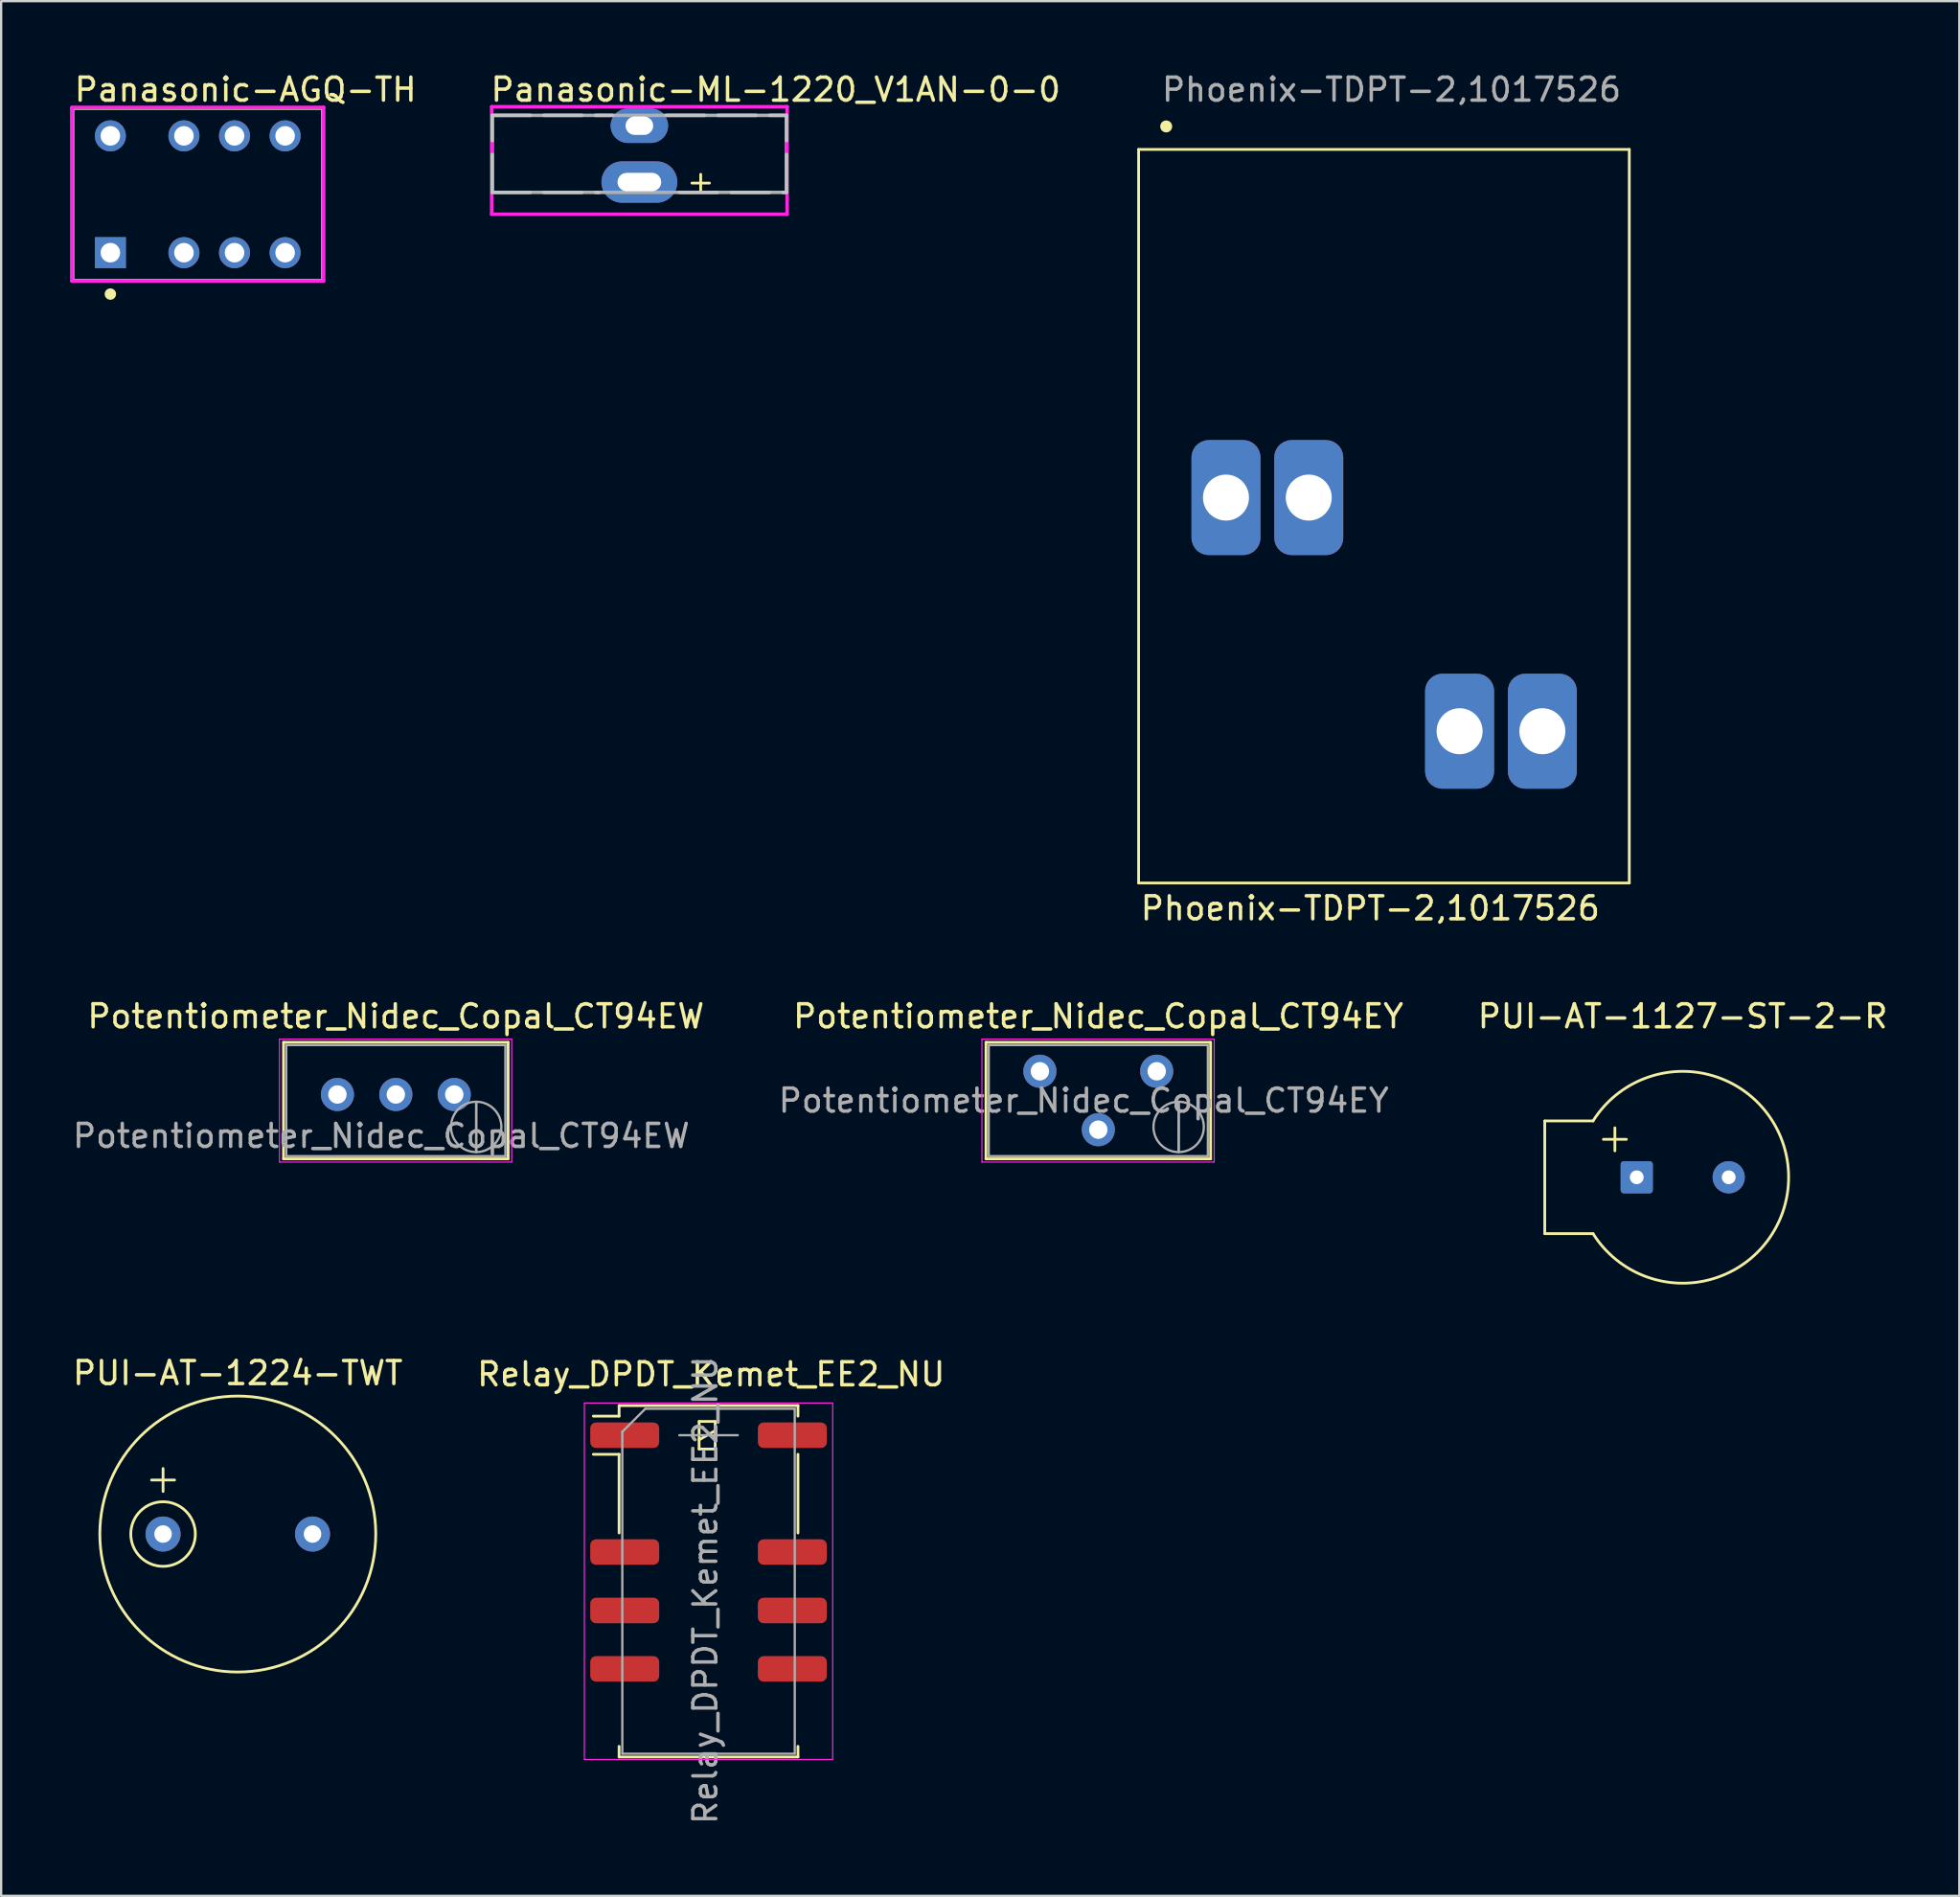
<source format=kicad_pcb>
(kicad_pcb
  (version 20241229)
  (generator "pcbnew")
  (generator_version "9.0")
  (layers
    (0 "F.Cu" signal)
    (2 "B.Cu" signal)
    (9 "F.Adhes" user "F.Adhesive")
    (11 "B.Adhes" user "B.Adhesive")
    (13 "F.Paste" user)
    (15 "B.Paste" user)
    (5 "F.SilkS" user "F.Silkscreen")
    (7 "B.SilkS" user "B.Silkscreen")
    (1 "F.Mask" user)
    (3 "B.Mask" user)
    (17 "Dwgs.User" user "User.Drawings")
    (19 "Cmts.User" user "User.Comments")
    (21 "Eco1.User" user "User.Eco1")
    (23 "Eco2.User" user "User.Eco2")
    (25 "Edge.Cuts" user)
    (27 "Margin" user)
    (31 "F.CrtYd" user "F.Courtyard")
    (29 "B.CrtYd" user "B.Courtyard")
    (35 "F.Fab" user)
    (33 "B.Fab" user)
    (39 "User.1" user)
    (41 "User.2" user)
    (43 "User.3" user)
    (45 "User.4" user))
  (footprint "Relay_DPDT_Kemet_EE2_NU"
    (layer "F.Cu")
    (at 27.765 65.712)
    (property "Reference" "Relay_DPDT_Kemet_EE2_NU" (at 0.11 -9 180) (layer "F.SilkS") (effects (font (size 1 1) (thickness 0.15))))
    (attr smd)
    (fp_line (start -3.89 -7.64) (end -3.89 -7.18) (stroke (width 0.12) (type solid)) (layer "F.SilkS"))
    (fp_line (start -3.89 -7.18) (end -5.01 -7.18) (stroke (width 0.12) (type solid)) (layer "F.SilkS"))
    (fp_line (start -3.89 -5.52) (end -5.01 -5.52) (stroke (width 0.12) (type solid)) (layer "F.SilkS"))
    (fp_line (start -3.89 -5.52) (end -3.89 -2.1) (stroke (width 0.12) (type solid)) (layer "F.SilkS"))
    (fp_line (start -3.89 7.18) (end -3.89 7.64) (stroke (width 0.12) (type solid)) (layer "F.SilkS"))
    (fp_line (start -0.41 -6.95) (end -0.41 -5.75) (stroke (width 0.12) (type solid)) (layer "F.SilkS"))
    (fp_line (start -0.41 -6.15) (end 0.29 -6.55) (stroke (width 0.12) (type solid)) (layer "F.SilkS"))
    (fp_line (start -0.41 -5.75) (end 0.29 -5.75) (stroke (width 0.12) (type solid)) (layer "F.SilkS"))
    (fp_line (start 0.29 -6.95) (end -0.41 -6.95) (stroke (width 0.12) (type solid)) (layer "F.SilkS"))
    (fp_line (start 0.29 -5.75) (end 0.29 -6.95) (stroke (width 0.12) (type solid)) (layer "F.SilkS"))
    (fp_line (start 3.89 -7.64) (end -3.89 -7.64) (stroke (width 0.12) (type solid)) (layer "F.SilkS"))
    (fp_line (start 3.89 -7.64) (end 3.89 -7.18) (stroke (width 0.12) (type solid)) (layer "F.SilkS"))
    (fp_line (start 3.89 -5.52) (end 3.89 -2.1) (stroke (width 0.12) (type solid)) (layer "F.SilkS"))
    (fp_line (start 3.89 7.18) (end 3.89 7.64) (stroke (width 0.12) (type solid)) (layer "F.SilkS"))
    (fp_line (start 3.89 7.64) (end -3.89 7.64) (stroke (width 0.12) (type solid)) (layer "F.SilkS"))
    (fp_line (start -5.4 -7.75) (end -5.4 7.75) (stroke (width 0.05) (type solid)) (layer "F.CrtYd"))
    (fp_line (start -5.4 7.75) (end 5.4 7.75) (stroke (width 0.05) (type solid)) (layer "F.CrtYd"))
    (fp_line (start 5.4 -7.75) (end -5.4 -7.75) (stroke (width 0.05) (type solid)) (layer "F.CrtYd"))
    (fp_line (start 5.4 -7.75) (end 5.4 7.75) (stroke (width 0.05) (type solid)) (layer "F.CrtYd"))
    (fp_line (start -3.75 -6.5) (end -3.75 7.5) (stroke (width 0.1) (type solid)) (layer "F.Fab"))
    (fp_line (start -3.75 -6.5) (end -2.75 -7.5) (stroke (width 0.1) (type solid)) (layer "F.Fab"))
    (fp_line (start -1.27 -6.35) (end 1.27 -6.35) (stroke (width 0.1) (type solid)) (layer "F.Fab"))
    (fp_line (start 3.75 -7.5) (end -2.75 -7.5) (stroke (width 0.1) (type solid)) (layer "F.Fab"))
    (fp_line (start 3.75 -7.5) (end 3.75 7.5) (stroke (width 0.1) (type solid)) (layer "F.Fab"))
    (fp_line (start 3.75 7.5) (end -3.75 7.5) (stroke (width 0.1) (type solid)) (layer "F.Fab"))
    (fp_text user "${REFERENCE}" (at -0.14 0.39 90) (layer "F.Fab") (effects (font (size 1 1) (thickness 0.15))))
    (pad "1" smd roundrect (at -3.645 -6.35 270) (size 1.11 3) (layers "F.Cu" "F.Mask" "F.Paste") (roundrect_rratio 0.225))
    (pad "3" smd roundrect (at -3.645 -1.27 270) (size 1.11 3) (layers "F.Cu" "F.Mask" "F.Paste") (roundrect_rratio 0.225))
    (pad "4" smd roundrect (at -3.645 1.27 270) (size 1.11 3) (layers "F.Cu" "F.Mask" "F.Paste") (roundrect_rratio 0.225))
    (pad "5" smd roundrect (at -3.645 3.81 270) (size 1.11 3) (layers "F.Cu" "F.Mask" "F.Paste") (roundrect_rratio 0.225))
    (pad "8" smd roundrect (at 3.645 3.81 270) (size 1.11 3) (layers "F.Cu" "F.Mask" "F.Paste") (roundrect_rratio 0.225))
    (pad "9" smd roundrect (at 3.645 1.27 270) (size 1.11 3) (layers "F.Cu" "F.Mask" "F.Paste") (roundrect_rratio 0.225))
    (pad "10" smd roundrect (at 3.645 -1.27 270) (size 1.11 3) (layers "F.Cu" "F.Mask" "F.Paste") (roundrect_rratio 0.225))
    (pad "12" smd roundrect (at 3.645 -6.35 270) (size 1.11 3) (layers "F.Cu" "F.Mask" "F.Paste") (roundrect_rratio 0.225)))
  (footprint "PUI-AT-1224-TWT"
    (layer "F.Cu")
    (at 7.292 63.659)
    (property "Reference" "PUI-AT-1224-TWT" (at 0 -7 0) (unlocked yes) (layer "F.SilkS") (effects (font (size 1 1) (thickness 0.15))))
    (attr through_hole)
    (fp_line (start -3.75 -2.35) (end -2.75 -2.35) (stroke (width 0.12) (type solid)) (layer "F.SilkS"))
    (fp_line (start -3.25 -2.85) (end -3.25 -1.85) (stroke (width 0.12) (type solid)) (layer "F.SilkS"))
    (fp_circle (center -3.25 0) (end -1.846 0) (stroke (width 0.12) (type solid)) (fill no) (layer "F.SilkS"))
    (fp_circle (center 0 0) (end 6 0) (stroke (width 0.12) (type solid)) (fill no) (layer "F.SilkS"))
    (pad "1" thru_hole circle (at -3.25 0) (size 1.524 1.524) (drill 0.762) (layers "*.Cu" "*.Mask"))
    (pad "2" thru_hole circle (at 3.25 0) (size 1.524 1.524) (drill 0.762) (layers "*.Cu" "*.Mask")))
  (footprint "Potentiometer_Nidec_Copal_CT94EY"
    (layer "F.Cu")
    (at 47.256 43.535)
    (property "Reference" "Potentiometer_Nidec_Copal_CT94EY" (at -2.54 -2.39 0) (layer "F.SilkS") (effects (font (size 1 1) (thickness 0.15))))
    (attr through_hole)
    (fp_line (start -7.425 -1.26) (end -7.425 3.81) (stroke (width 0.12) (type solid)) (layer "F.SilkS"))
    (fp_line (start -7.425 -1.26) (end 2.345 -1.26) (stroke (width 0.12) (type solid)) (layer "F.SilkS"))
    (fp_line (start -7.425 3.81) (end 2.345 3.81) (stroke (width 0.12) (type solid)) (layer "F.SilkS"))
    (fp_line (start 2.345 -1.26) (end 2.345 3.81) (stroke (width 0.12) (type solid)) (layer "F.SilkS"))
    (fp_line (start -7.6 -1.4) (end -7.6 3.95) (stroke (width 0.05) (type solid)) (layer "F.CrtYd"))
    (fp_line (start -7.6 3.95) (end 2.5 3.95) (stroke (width 0.05) (type solid)) (layer "F.CrtYd"))
    (fp_line (start 2.5 -1.4) (end -7.6 -1.4) (stroke (width 0.05) (type solid)) (layer "F.CrtYd"))
    (fp_line (start 2.5 3.95) (end 2.5 -1.4) (stroke (width 0.05) (type solid)) (layer "F.CrtYd"))
    (fp_line (start -7.305 -1.14) (end -7.305 3.69) (stroke (width 0.1) (type solid)) (layer "F.Fab"))
    (fp_line (start -7.305 3.69) (end 2.225 3.69) (stroke (width 0.1) (type solid)) (layer "F.Fab"))
    (fp_line (start 0.955 3.505) (end 0.956 1.336) (stroke (width 0.1) (type solid)) (layer "F.Fab"))
    (fp_line (start 0.955 3.505) (end 0.956 1.336) (stroke (width 0.1) (type solid)) (layer "F.Fab"))
    (fp_line (start 2.225 -1.14) (end -7.305 -1.14) (stroke (width 0.1) (type solid)) (layer "F.Fab"))
    (fp_line (start 2.225 3.69) (end 2.225 -1.14) (stroke (width 0.1) (type solid)) (layer "F.Fab"))
    (fp_circle (center 0.955 2.42) (end 2.05 2.42) (stroke (width 0.1) (type solid)) (fill no) (layer "F.Fab"))
    (fp_text user "${REFERENCE}" (at -3.175 1.275 0) (layer "F.Fab") (effects (font (size 1 1) (thickness 0.15))))
    (pad "1" thru_hole circle (at 0 0) (size 1.44 1.44) (drill 0.8) (layers "*.Cu" "*.Mask"))
    (pad "2" thru_hole circle (at -2.54 2.54) (size 1.44 1.44) (drill 0.8) (layers "*.Cu" "*.Mask"))
    (pad "3" thru_hole circle (at -5.08 0) (size 1.44 1.44) (drill 0.8) (layers "*.Cu" "*.Mask")))
  (footprint "PUI-AT-1127-ST-2-R"
    (layer "F.Cu")
    (at 70.133 48.145)
    (property "Reference" "PUI-AT-1127-ST-2-R" (at 0 -7 0) (unlocked yes) (layer "F.SilkS") (effects (font (size 1 1) (thickness 0.15))))
    (attr through_hole)
    (fp_line (start -6 -2.45) (end -6 2.45) (stroke (width 0.12) (type solid)) (layer "F.SilkS"))
    (fp_line (start -3.9 -2.45) (end -6 -2.45) (stroke (width 0.12) (type solid)) (layer "F.SilkS"))
    (fp_line (start -3.9 2.45) (end -6 2.45) (stroke (width 0.12) (type solid)) (layer "F.SilkS"))
    (fp_line (start -3.45 -1.65) (end -2.45 -1.65) (stroke (width 0.12) (type solid)) (layer "F.SilkS"))
    (fp_line (start -2.95 -2.15) (end -2.95 -1.15) (stroke (width 0.12) (type solid)) (layer "F.SilkS"))
    (fp_arc (start -3.899999 -2.449999) (mid 4.605702 0) (end -3.899999 2.449999) (stroke (width 0.12) (type solid)) (layer "F.SilkS"))
    (pad "1" thru_hole roundrect (at -2 0) (size 1.4 1.4) (drill 0.6) (layers "*.Cu" "*.Mask") (roundrect_rratio 0.1))
    (pad "2" thru_hole circle (at 2 0) (size 1.4 1.4) (drill 0.6) (layers "*.Cu" "*.Mask")))
  (footprint "Panasonic-AGQ-TH"
    (layer "F.Cu")
    (at 5.55 5.398)
    (property "Reference" "Panasonic-AGQ-TH" (at -5.45 -4.55 0) (layer "F.SilkS") (effects (font (size 1 1) (thickness 0.15)) (justify left)))
    (attr through_hole)
    (fp_line (start -5.45 -3.75) (end 5.45 -3.75) (stroke (width 0.15) (type solid)) (layer "F.SilkS"))
    (fp_line (start -5.45 3.75) (end -5.45 -3.75) (stroke (width 0.15) (type solid)) (layer "F.SilkS"))
    (fp_line (start -5.45 3.75) (end 5.45 3.75) (stroke (width 0.15) (type solid)) (layer "F.SilkS"))
    (fp_line (start 5.45 3.75) (end 5.45 -3.75) (stroke (width 0.15) (type solid)) (layer "F.SilkS"))
    (fp_circle (center -3.8 4.34) (end -3.675 4.34) (stroke (width 0.25) (type solid)) (fill no) (layer "F.SilkS"))
    (fp_line (start -5.475 -3.775) (end -5.475 3.775) (stroke (width 0.15) (type solid)) (layer "F.CrtYd"))
    (fp_line (start -5.475 3.775) (end 5.475 3.775) (stroke (width 0.15) (type solid)) (layer "F.CrtYd"))
    (fp_line (start 5.475 -3.775) (end -5.475 -3.775) (stroke (width 0.15) (type solid)) (layer "F.CrtYd"))
    (fp_line (start 5.475 -3.775) (end 5.475 -3.775) (stroke (width 0.15) (type solid)) (layer "F.CrtYd"))
    (fp_line (start 5.475 3.775) (end 5.475 -3.775) (stroke (width 0.15) (type solid)) (layer "F.CrtYd"))
    (fp_line (start -5.45 -3.75) (end 5.45 -3.75) (stroke (width 0.15) (type solid)) (layer "F.Fab"))
    (fp_line (start -5.45 3.75) (end -5.45 -3.75) (stroke (width 0.15) (type solid)) (layer "F.Fab"))
    (fp_line (start 5.45 -3.75) (end 5.45 3.75) (stroke (width 0.15) (type solid)) (layer "F.Fab"))
    (fp_line (start 5.45 3.75) (end -5.45 3.75) (stroke (width 0.15) (type solid)) (layer "F.Fab"))
    (pad "1" thru_hole rect (at -3.8 2.54) (size 1.35 1.35) (drill 0.85) (layers "*.Cu"))
    (pad "2" thru_hole circle (at -0.6 2.54) (size 1.35 1.35) (drill 0.85) (layers "*.Cu"))
    (pad "3" thru_hole circle (at 1.6 2.54) (size 1.35 1.35) (drill 0.85) (layers "*.Cu"))
    (pad "4" thru_hole circle (at 3.8 2.54) (size 1.35 1.35) (drill 0.85) (layers "*.Cu"))
    (pad "5" thru_hole circle (at 3.8 -2.54) (size 1.35 1.35) (drill 0.85) (layers "*.Cu"))
    (pad "6" thru_hole circle (at 1.6 -2.54) (size 1.35 1.35) (drill 0.85) (layers "*.Cu"))
    (pad "7" thru_hole circle (at -0.6 -2.54) (size 1.35 1.35) (drill 0.85) (layers "*.Cu"))
    (pad "8" thru_hole circle (at -3.8 -2.54) (size 1.35 1.35) (drill 0.85) (layers "*.Cu")))
  (footprint "Panasonic-ML-1220_V1AN-0-0"
    (layer "F.Cu")
    (at 24.757 3.642)
    (property "Reference" "Panasonic-ML-1220_V1AN-0-0" (at -6.55 -2.794 0) (layer "F.SilkS") (effects (font (size 1 1) (thickness 0.15)) (justify left)))
    (attr through_hole)
    (fp_line (start 2.286 1.27) (end 3.048 1.27) (stroke (width 0.12) (type default)) (layer "F.SilkS"))
    (fp_line (start 2.667 0.889) (end 2.667 1.651) (stroke (width 0.12) (type default)) (layer "F.SilkS"))
    (fp_line (start -6.4 -1.675) (end -1.175 -1.675) (stroke (width 0.15) (type dash)) (layer "Dwgs.User"))
    (fp_line (start -6.4 1.675) (end -6.4 -1.675) (stroke (width 0.15) (type dash)) (layer "Dwgs.User"))
    (fp_line (start -6.4 1.675) (end -1.75 1.675) (stroke (width 0.15) (type dash)) (layer "Dwgs.User"))
    (fp_line (start 1.175 -1.675) (end 6.4 -1.675) (stroke (width 0.15) (type dash)) (layer "Dwgs.User"))
    (fp_line (start 1.75 1.675) (end 6.4 1.675) (stroke (width 0.15) (type dash)) (layer "Dwgs.User"))
    (fp_line (start 6.4 1.675) (end 6.4 -1.675) (stroke (width 0.15) (type dash)) (layer "Dwgs.User"))
    (fp_line (start -6.425 -2.05) (end -6.425 2.625) (stroke (width 0.15) (type solid)) (layer "F.CrtYd"))
    (fp_line (start -6.425 2.625) (end 6.425 2.625) (stroke (width 0.15) (type solid)) (layer "F.CrtYd"))
    (fp_line (start 6.425 -2.05) (end -6.425 -2.05) (stroke (width 0.15) (type solid)) (layer "F.CrtYd"))
    (fp_line (start 6.425 -2.05) (end 6.425 -2.05) (stroke (width 0.15) (type solid)) (layer "F.CrtYd"))
    (fp_line (start 6.425 2.625) (end 6.425 -2.05) (stroke (width 0.15) (type solid)) (layer "F.CrtYd"))
    (fp_line (start -6.4 -1.675) (end 6.4 -1.675) (stroke (width 0.15) (type solid)) (layer "F.Fab"))
    (fp_line (start -6.4 1.675) (end -6.4 -1.675) (stroke (width 0.15) (type solid)) (layer "F.Fab"))
    (fp_line (start 6.4 -1.675) (end 6.4 1.675) (stroke (width 0.15) (type solid)) (layer "F.Fab"))
    (fp_line (start 6.4 1.675) (end -6.4 1.675) (stroke (width 0.15) (type solid)) (layer "F.Fab"))
    (pad "1" thru_hole oval (at 0 1.225) (size 3.3 1.8) (drill oval 1.9 0.8) (layers "*.Cu" "*.Mask"))
    (pad "2" thru_hole oval (at 0 -1.225) (size 2.5 1.5) (drill oval 1.2 0.8) (layers "*.Cu" "*.Mask")))
  (footprint "Potentiometer_Nidec_Copal_CT94EW"
    (layer "F.Cu")
    (at 9.105 42.245)
    (property "Reference" "Potentiometer_Nidec_Copal_CT94EW" (at 5.06 -1.1 0) (layer "F.SilkS") (effects (font (size 1 1) (thickness 0.15))))
    (attr through_hole)
    (fp_line (start 0.175 0.03) (end 0.175 5.1) (stroke (width 0.12) (type solid)) (layer "F.SilkS"))
    (fp_line (start 0.175 0.03) (end 9.945 0.03) (stroke (width 0.12) (type solid)) (layer "F.SilkS"))
    (fp_line (start 0.175 5.1) (end 9.945 5.1) (stroke (width 0.12) (type solid)) (layer "F.SilkS"))
    (fp_line (start 9.945 0.03) (end 9.945 5.1) (stroke (width 0.12) (type solid)) (layer "F.SilkS"))
    (fp_line (start 0 -0.11) (end 0 5.24) (stroke (width 0.05) (type solid)) (layer "F.CrtYd"))
    (fp_line (start 0 5.24) (end 10.1 5.24) (stroke (width 0.05) (type solid)) (layer "F.CrtYd"))
    (fp_line (start 10.1 -0.11) (end 0 -0.11) (stroke (width 0.05) (type solid)) (layer "F.CrtYd"))
    (fp_line (start 10.1 5.24) (end 10.1 -0.11) (stroke (width 0.05) (type solid)) (layer "F.CrtYd"))
    (fp_line (start 0.295 0.15) (end 0.295 4.98) (stroke (width 0.1) (type solid)) (layer "F.Fab"))
    (fp_line (start 0.295 4.98) (end 9.825 4.98) (stroke (width 0.1) (type solid)) (layer "F.Fab"))
    (fp_line (start 8.555 4.795) (end 8.556 2.626) (stroke (width 0.1) (type solid)) (layer "F.Fab"))
    (fp_line (start 8.555 4.795) (end 8.556 2.626) (stroke (width 0.1) (type solid)) (layer "F.Fab"))
    (fp_line (start 9.825 0.15) (end 0.295 0.15) (stroke (width 0.1) (type solid)) (layer "F.Fab"))
    (fp_line (start 9.825 4.98) (end 9.825 0.15) (stroke (width 0.1) (type solid)) (layer "F.Fab"))
    (fp_circle (center 8.555 3.71) (end 9.65 3.71) (stroke (width 0.1) (type solid)) (fill no) (layer "F.Fab"))
    (fp_text user "${REFERENCE}" (at 4.425 4.1 0) (layer "F.Fab") (effects (font (size 1 1) (thickness 0.15))))
    (pad "1" thru_hole circle (at 7.6 2.3) (size 1.44 1.44) (drill 0.8) (layers "*.Cu" "*.Mask"))
    (pad "2" thru_hole circle (at 5.06 2.3) (size 1.44 1.44) (drill 0.8) (layers "*.Cu" "*.Mask"))
    (pad "3" thru_hole circle (at 2.52 2.3) (size 1.44 1.44) (drill 0.8) (layers "*.Cu" "*.Mask")))
  (footprint "Phoenix-TDPT-2,1017526"
    (layer "F.Cu")
    (at 46.469 3.448)
    (property "Reference" "Phoenix-TDPT-2,1017526" (at 0 33 0) (unlocked yes) (layer "F.SilkS") (effects (font (size 1 1) (thickness 0.15)) (justify left)))
    (attr through_hole)
    (fp_line (start 0 0) (end 0 31.9) (stroke (width 0.12) (type solid)) (layer "F.SilkS"))
    (fp_line (start 0 0) (end 21.34 0) (stroke (width 0.12) (type solid)) (layer "F.SilkS"))
    (fp_line (start 0 31.9) (end 21.34 31.9) (stroke (width 0.12) (type solid)) (layer "F.SilkS"))
    (fp_line (start 21.34 0) (end 21.34 31.9) (stroke (width 0.12) (type solid)) (layer "F.SilkS"))
    (fp_circle (center 1.2 -1) (end 1.4 -1) (stroke (width 0.12) (type solid)) (fill yes) (layer "F.SilkS"))
    (fp_text user "${REFERENCE}" (at 11 -2.6 0) (unlocked yes) (layer "F.Fab") (effects (font (size 1 1) (thickness 0.15))))
    (pad "1" thru_hole roundrect (at 3.8 15.14) (size 3 5) (drill 2) (layers "*.Cu" "*.Mask") (roundrect_rratio 0.25))
    (pad "1" thru_hole roundrect (at 7.4 15.14) (size 3 5) (drill 2) (layers "*.Cu" "*.Mask") (roundrect_rratio 0.25))
    (pad "2" thru_hole roundrect (at 13.96 25.3) (size 3 5) (drill 2) (layers "*.Cu" "*.Mask") (roundrect_rratio 0.25))
    (pad "2" thru_hole roundrect (at 17.56 25.3) (size 3 5) (drill 2) (layers "*.Cu" "*.Mask") (roundrect_rratio 0.25)))
  (gr_rect
    (start -3 -3)
    (end 82.163 79.394)
    (stroke (width 0.1) (type default))
    (fill no)
    (layer "Edge.Cuts")))
</source>
